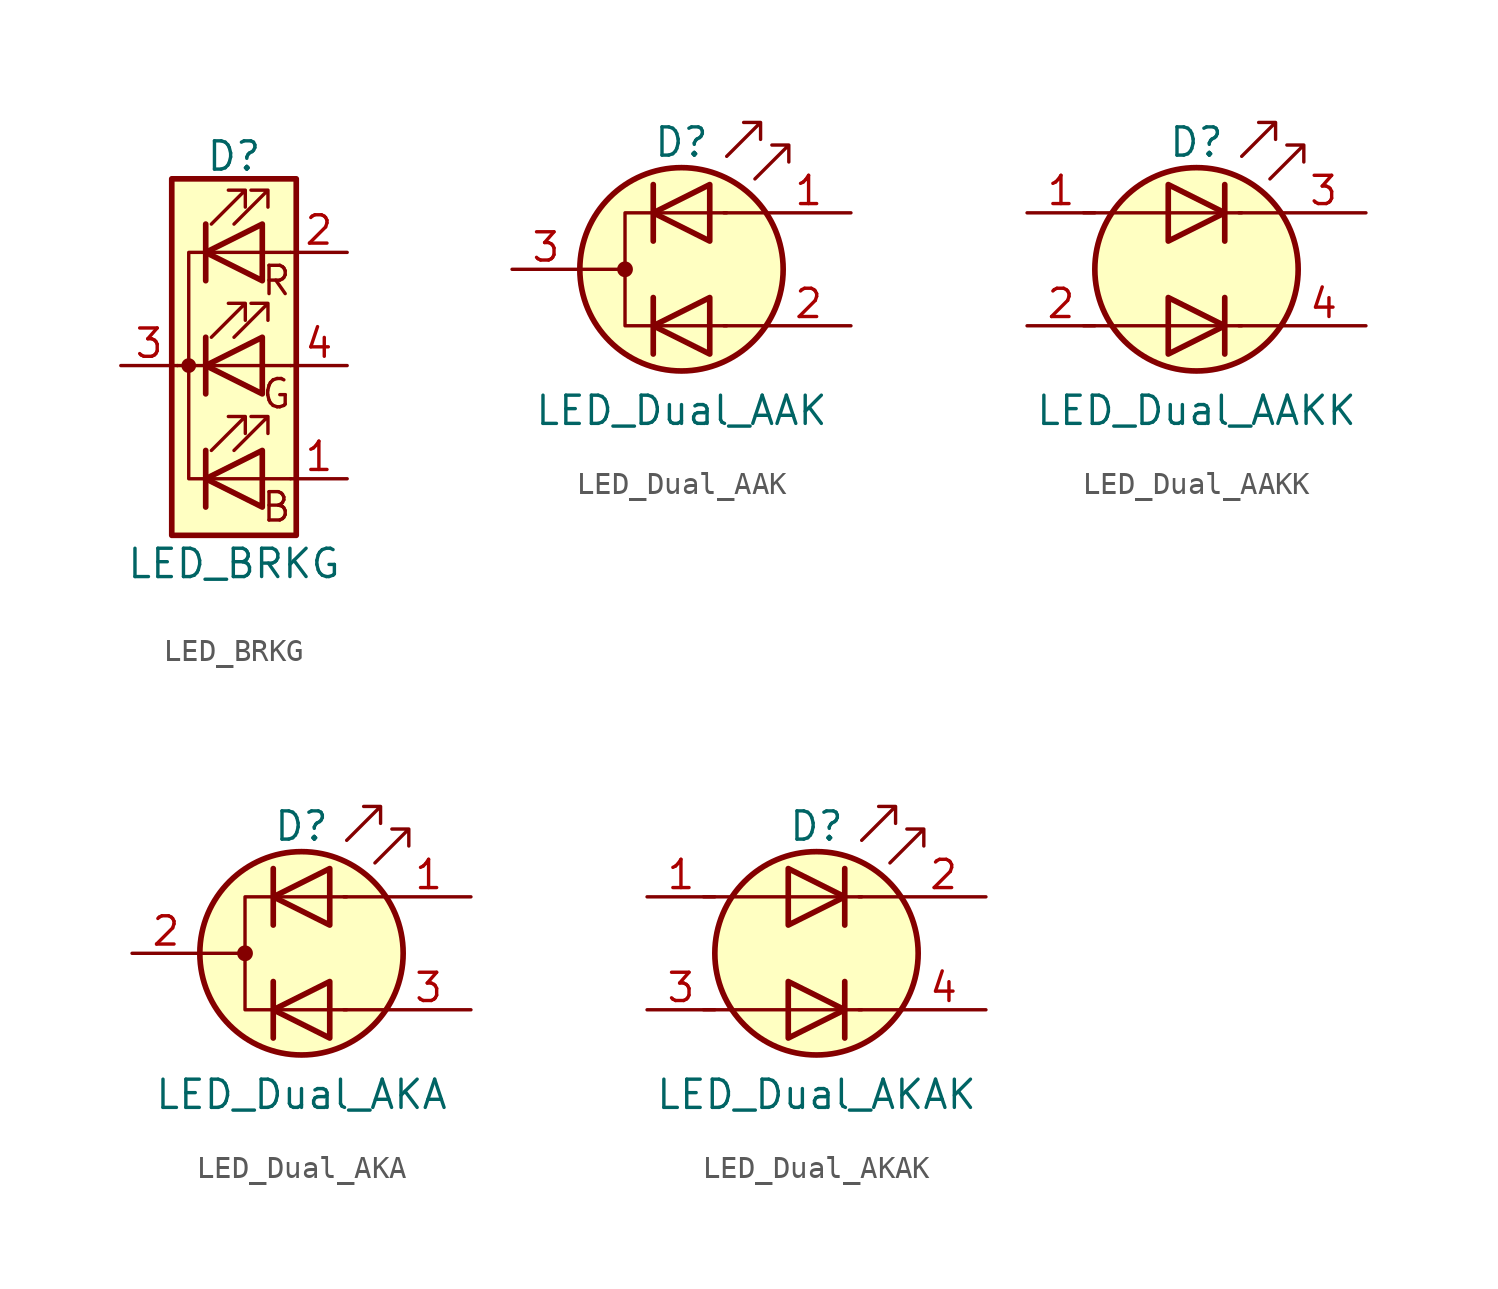
<source format=kicad_sym>
(kicad_symbol_lib
  (version 20201005)
  (generator kicad_symbol_editor)
  (symbol "LED_BRKG"
    (pin_names
      (offset 0) hide)
    (property "Reference" "D"
      (at 0 9.398 0)
      (effects (font (size 1.27 1.27))))
    (property "Value" "LED_BRKG"
      (at 0 -8.89 0)
      (effects (font (size 1.27 1.27))))
    (symbol "LED_BRKG_0_0"
      (text "B" (at 1.905 -6.35 0) (effects (font (size 1.27 1.27))))
      (text "G" (at 1.905 -1.27 0) (effects (font (size 1.27 1.27))))
      (text "R" (at 1.905 3.81 0) (effects (font (size 1.27 1.27)))))
    (symbol "LED_BRKG_0_1"
      (circle (center -2.032 0) (radius 0.254) (stroke (width 0)) (fill (type outline)))
      (rectangle (start 1.27 -1.27) (end 1.27 1.27) (stroke (width 0)) (fill (type none)))
      (rectangle (start 1.27 1.27) (end 1.27 1.27) (stroke (width 0)) (fill (type none)))
      (rectangle (start 1.27 3.81) (end 1.27 6.35) (stroke (width 0)) (fill (type none)))
      (rectangle (start 1.27 6.35) (end 1.27 6.35) (stroke (width 0)) (fill (type none)))
      (rectangle (start 2.794 8.382) (end -2.794 -7.62) (stroke (width 0.254)) (fill (type background)))
      (polyline (pts (xy -1.27 -5.08) (xy 1.27 -5.08)) (stroke (width 0)) (fill (type none)))
      (polyline (pts (xy -1.27 -3.81) (xy -1.27 -6.35)) (stroke (width 0.254)) (fill (type none)))
      (polyline (pts (xy -1.27 0) (xy -2.54 0)) (stroke (width 0)) (fill (type none)))
      (polyline (pts (xy -1.27 1.27) (xy -1.27 -1.27)) (stroke (width 0.254)) (fill (type none)))
      (polyline (pts (xy -1.27 5.08) (xy 1.27 5.08)) (stroke (width 0)) (fill (type none)))
      (polyline (pts (xy -1.27 6.35) (xy -1.27 3.81)) (stroke (width 0.254)) (fill (type none)))
      (polyline (pts (xy 1.27 -5.08) (xy 2.54 -5.08)) (stroke (width 0)) (fill (type none)))
      (polyline (pts (xy 1.27 0) (xy -1.27 0)) (stroke (width 0)) (fill (type none)))
      (polyline (pts (xy 1.27 0) (xy 2.54 0)) (stroke (width 0)) (fill (type none)))
      (polyline (pts (xy 1.27 5.08) (xy 2.54 5.08)) (stroke (width 0)) (fill (type none)))
      (polyline (pts (xy -1.27 1.27) (xy -1.27 -1.27) (xy -1.27 -1.27)) (stroke (width 0)) (fill (type none)))
      (polyline (pts (xy -1.27 6.35) (xy -1.27 3.81) (xy -1.27 3.81)) (stroke (width 0)) (fill (type none)))
      (polyline (pts (xy -1.27 5.08) (xy -2.032 5.08) (xy -2.032 -5.08) (xy -1.016 -5.08)) (stroke (width 0)) (fill (type none)))
      (polyline (pts (xy 1.27 -3.81) (xy 1.27 -6.35) (xy -1.27 -5.08) (xy 1.27 -3.81)) (stroke (width 0.254)) (fill (type none)))
      (polyline (pts (xy 1.27 1.27) (xy 1.27 -1.27) (xy -1.27 0) (xy 1.27 1.27)) (stroke (width 0.254)) (fill (type none)))
      (polyline (pts (xy 1.27 6.35) (xy 1.27 3.81) (xy -1.27 5.08) (xy 1.27 6.35)) (stroke (width 0.254)) (fill (type none)))
      (polyline (pts (xy -1.016 -3.81) (xy 0.508 -2.286) (xy -0.254 -2.286) (xy 0.508 -2.286) (xy 0.508 -3.048)) (stroke (width 0)) (fill (type none)))
      (polyline (pts (xy -1.016 1.27) (xy 0.508 2.794) (xy -0.254 2.794) (xy 0.508 2.794) (xy 0.508 2.032)) (stroke (width 0)) (fill (type none)))
      (polyline (pts (xy -1.016 6.35) (xy 0.508 7.874) (xy -0.254 7.874) (xy 0.508 7.874) (xy 0.508 7.112)) (stroke (width 0)) (fill (type none)))
      (polyline (pts (xy 0 -3.81) (xy 1.524 -2.286) (xy 0.762 -2.286) (xy 1.524 -2.286) (xy 1.524 -3.048)) (stroke (width 0)) (fill (type none)))
      (polyline (pts (xy 0 1.27) (xy 1.524 2.794) (xy 0.762 2.794) (xy 1.524 2.794) (xy 1.524 2.032)) (stroke (width 0)) (fill (type none)))
      (polyline (pts (xy 0 6.35) (xy 1.524 7.874) (xy 0.762 7.874) (xy 1.524 7.874) (xy 1.524 7.112)) (stroke (width 0)) (fill (type none))))
    (symbol "LED_BRKG_1_1"
      (pin passive line (at 5.08 -5.08 180) (length 2.54) (name "BA" (effects (font (size 1.27 1.27)))) (number "1" (effects (font (size 1.27 1.27)))))
      (pin passive line (at 5.08 5.08 180) (length 2.54) (name "RA" (effects (font (size 1.27 1.27)))) (number "2" (effects (font (size 1.27 1.27)))))
      (pin passive line (at -5.08 0 0) (length 2.54) (name "K" (effects (font (size 1.27 1.27)))) (number "3" (effects (font (size 1.27 1.27)))))
      (pin passive line (at 5.08 0 180) (length 2.54) (name "GA" (effects (font (size 1.27 1.27)))) (number "4" (effects (font (size 1.27 1.27)))))))
  (symbol "LED_Dual_AAK"
    (pin_names
      (offset 0) hide)
    (property "Reference" "D"
      (at 0 5.715 0)
      (effects (font (size 1.27 1.27))))
    (property "Value" "LED_Dual_AAK"
      (at 0 -6.35 0)
      (effects (font (size 1.27 1.27))))
    (symbol "LED_Dual_AAK_0_1"
      (circle (center -2.54 0) (radius 0.279) (stroke (width 0)) (fill (type outline)))
      (circle (center 0 0) (radius 4.572) (stroke (width 0.254)) (fill (type background)))
      (polyline (pts (xy -4.572 0) (xy -2.54 0)) (stroke (width 0)) (fill (type none)))
      (polyline (pts (xy -1.27 -1.27) (xy -1.27 -3.81)) (stroke (width 0.254)) (fill (type none)))
      (polyline (pts (xy -1.27 1.27) (xy -1.27 3.81)) (stroke (width 0.254)) (fill (type none)))
      (polyline (pts (xy 3.81 -2.54) (xy 1.905 -2.54)) (stroke (width 0)) (fill (type none)))
      (polyline (pts (xy 3.81 2.54) (xy 1.905 2.54)) (stroke (width 0)) (fill (type none)))
      (polyline (pts (xy 1.27 -3.81) (xy 1.27 -1.27) (xy -1.27 -2.54) (xy 1.27 -3.81)) (stroke (width 0.254)) (fill (type none)))
      (polyline (pts (xy 1.27 1.27) (xy 1.27 3.81) (xy -1.27 2.54) (xy 1.27 1.27)) (stroke (width 0.254)) (fill (type none)))
      (polyline (pts (xy 2.032 2.54) (xy -2.54 2.54) (xy -2.54 -2.54) (xy 2.032 -2.54)) (stroke (width 0)) (fill (type none)))
      (polyline (pts (xy 2.032 5.08) (xy 3.556 6.604) (xy 2.794 6.604) (xy 3.556 6.604) (xy 3.556 5.842)) (stroke (width 0)) (fill (type none)))
      (polyline (pts (xy 3.302 4.064) (xy 4.826 5.588) (xy 4.064 5.588) (xy 4.826 5.588) (xy 4.826 4.826)) (stroke (width 0)) (fill (type none))))
    (symbol "LED_Dual_AAK_1_1"
      (pin input line (at 7.62 2.54 180) (length 3.81) (name "A1" (effects (font (size 1.27 1.27)))) (number "1" (effects (font (size 1.27 1.27)))))
      (pin input line (at 7.62 -2.54 180) (length 3.81) (name "A2" (effects (font (size 1.27 1.27)))) (number "2" (effects (font (size 1.27 1.27)))))
      (pin input line (at -7.62 0 0) (length 3.048) (name "K" (effects (font (size 1.27 1.27)))) (number "3" (effects (font (size 1.27 1.27)))))))
  (symbol "LED_Dual_AAKK"
    (pin_names
      (offset 0) hide)
    (property "Reference" "D"
      (at 0 5.715 0)
      (effects (font (size 1.27 1.27))))
    (property "Value" "LED_Dual_AAKK"
      (at 0 -6.35 0)
      (effects (font (size 1.27 1.27))))
    (symbol "LED_Dual_AAKK_0_1"
      (circle (center 0 0) (radius 4.572) (stroke (width 0.254)) (fill (type background)))
      (polyline (pts (xy -5.08 -2.54) (xy 2.032 -2.54)) (stroke (width 0)) (fill (type none)))
      (polyline (pts (xy -5.08 2.54) (xy 2.032 2.54)) (stroke (width 0)) (fill (type none)))
      (polyline (pts (xy 1.27 -1.27) (xy 1.27 -3.81)) (stroke (width 0.254)) (fill (type none)))
      (polyline (pts (xy 1.27 3.81) (xy 1.27 1.27)) (stroke (width 0.254)) (fill (type none)))
      (polyline (pts (xy 3.81 -2.54) (xy 1.905 -2.54)) (stroke (width 0)) (fill (type none)))
      (polyline (pts (xy 3.81 2.54) (xy 1.905 2.54)) (stroke (width 0)) (fill (type none)))
      (polyline (pts (xy -1.27 -1.27) (xy -1.27 -3.81) (xy 1.27 -2.54) (xy -1.27 -1.27)) (stroke (width 0.254)) (fill (type none)))
      (polyline (pts (xy -1.27 3.81) (xy -1.27 1.27) (xy 1.27 2.54) (xy -1.27 3.81)) (stroke (width 0.254)) (fill (type none)))
      (polyline (pts (xy 2.032 5.08) (xy 3.556 6.604) (xy 2.794 6.604) (xy 3.556 6.604) (xy 3.556 5.842)) (stroke (width 0)) (fill (type none)))
      (polyline (pts (xy 3.302 4.064) (xy 4.826 5.588) (xy 4.064 5.588) (xy 4.826 5.588) (xy 4.826 4.826)) (stroke (width 0)) (fill (type none))))
    (symbol "LED_Dual_AAKK_1_1"
      (pin input line (at -7.62 2.54 0) (length 3.048) (name "A1" (effects (font (size 1.27 1.27)))) (number "1" (effects (font (size 1.27 1.27)))))
      (pin input line (at -7.62 -2.54 0) (length 3.048) (name "A2" (effects (font (size 1.27 1.27)))) (number "2" (effects (font (size 1.27 1.27)))))
      (pin input line (at 7.62 2.54 180) (length 3.81) (name "K1" (effects (font (size 1.27 1.27)))) (number "3" (effects (font (size 1.27 1.27)))))
      (pin input line (at 7.62 -2.54 180) (length 3.81) (name "K2" (effects (font (size 1.27 1.27)))) (number "4" (effects (font (size 1.27 1.27)))))))
  (symbol "LED_Dual_AKA"
    (pin_names
      (offset 0) hide)
    (property "Reference" "D"
      (at 0 5.715 0)
      (effects (font (size 1.27 1.27))))
    (property "Value" "LED_Dual_AKA"
      (at 0 -6.35 0)
      (effects (font (size 1.27 1.27))))
    (symbol "LED_Dual_AKA_0_1"
      (circle (center -2.54 0) (radius 0.279) (stroke (width 0)) (fill (type outline)))
      (circle (center 0 0) (radius 4.572) (stroke (width 0.254)) (fill (type background)))
      (polyline (pts (xy -4.572 0) (xy -2.54 0)) (stroke (width 0)) (fill (type none)))
      (polyline (pts (xy -1.27 -1.27) (xy -1.27 -3.81)) (stroke (width 0.254)) (fill (type none)))
      (polyline (pts (xy -1.27 1.27) (xy -1.27 3.81)) (stroke (width 0.254)) (fill (type none)))
      (polyline (pts (xy 3.81 -2.54) (xy 1.905 -2.54)) (stroke (width 0)) (fill (type none)))
      (polyline (pts (xy 3.81 2.54) (xy 1.905 2.54)) (stroke (width 0)) (fill (type none)))
      (polyline (pts (xy 1.27 -3.81) (xy 1.27 -1.27) (xy -1.27 -2.54) (xy 1.27 -3.81)) (stroke (width 0.254)) (fill (type none)))
      (polyline (pts (xy 1.27 1.27) (xy 1.27 3.81) (xy -1.27 2.54) (xy 1.27 1.27)) (stroke (width 0.254)) (fill (type none)))
      (polyline (pts (xy 2.032 2.54) (xy -2.54 2.54) (xy -2.54 -2.54) (xy 2.032 -2.54)) (stroke (width 0)) (fill (type none)))
      (polyline (pts (xy 2.032 5.08) (xy 3.556 6.604) (xy 2.794 6.604) (xy 3.556 6.604) (xy 3.556 5.842)) (stroke (width 0)) (fill (type none)))
      (polyline (pts (xy 3.302 4.064) (xy 4.826 5.588) (xy 4.064 5.588) (xy 4.826 5.588) (xy 4.826 4.826)) (stroke (width 0)) (fill (type none))))
    (symbol "LED_Dual_AKA_1_1"
      (pin input line (at 7.62 2.54 180) (length 3.81) (name "A1" (effects (font (size 1.27 1.27)))) (number "1" (effects (font (size 1.27 1.27)))))
      (pin input line (at -7.62 0 0) (length 3.048) (name "K" (effects (font (size 1.27 1.27)))) (number "2" (effects (font (size 1.27 1.27)))))
      (pin input line (at 7.62 -2.54 180) (length 3.81) (name "A2" (effects (font (size 1.27 1.27)))) (number "3" (effects (font (size 1.27 1.27)))))))
  (symbol "LED_Dual_AKAK"
    (pin_names
      (offset 0) hide)
    (property "Reference" "D"
      (at 0 5.715 0)
      (effects (font (size 1.27 1.27))))
    (property "Value" "LED_Dual_AKAK"
      (at 0 -6.35 0)
      (effects (font (size 1.27 1.27))))
    (symbol "LED_Dual_AKAK_0_1"
      (circle (center 0 0) (radius 4.572) (stroke (width 0.254)) (fill (type background)))
      (polyline (pts (xy -5.08 -2.54) (xy 2.032 -2.54)) (stroke (width 0)) (fill (type none)))
      (polyline (pts (xy -5.08 2.54) (xy 2.032 2.54)) (stroke (width 0)) (fill (type none)))
      (polyline (pts (xy 1.27 -1.27) (xy 1.27 -3.81)) (stroke (width 0.254)) (fill (type none)))
      (polyline (pts (xy 1.27 3.81) (xy 1.27 1.27)) (stroke (width 0.254)) (fill (type none)))
      (polyline (pts (xy 3.81 -2.54) (xy 1.905 -2.54)) (stroke (width 0)) (fill (type none)))
      (polyline (pts (xy 3.81 2.54) (xy 1.905 2.54)) (stroke (width 0)) (fill (type none)))
      (polyline (pts (xy -1.27 -1.27) (xy -1.27 -3.81) (xy 1.27 -2.54) (xy -1.27 -1.27)) (stroke (width 0.254)) (fill (type none)))
      (polyline (pts (xy -1.27 3.81) (xy -1.27 1.27) (xy 1.27 2.54) (xy -1.27 3.81)) (stroke (width 0.254)) (fill (type none)))
      (polyline (pts (xy 2.032 5.08) (xy 3.556 6.604) (xy 2.794 6.604) (xy 3.556 6.604) (xy 3.556 5.842)) (stroke (width 0)) (fill (type none)))
      (polyline (pts (xy 3.302 4.064) (xy 4.826 5.588) (xy 4.064 5.588) (xy 4.826 5.588) (xy 4.826 4.826)) (stroke (width 0)) (fill (type none))))
    (symbol "LED_Dual_AKAK_1_1"
      (pin input line (at -7.62 2.54 0) (length 3.048) (name "A1" (effects (font (size 1.27 1.27)))) (number "1" (effects (font (size 1.27 1.27)))))
      (pin input line (at 7.62 2.54 180) (length 3.81) (name "K1" (effects (font (size 1.27 1.27)))) (number "2" (effects (font (size 1.27 1.27)))))
      (pin input line (at -7.62 -2.54 0) (length 3.048) (name "A2" (effects (font (size 1.27 1.27)))) (number "3" (effects (font (size 1.27 1.27)))))
      (pin input line (at 7.62 -2.54 180) (length 3.81) (name "K2" (effects (font (size 1.27 1.27)))) (number "4" (effects (font (size 1.27 1.27))))))))
</source>
